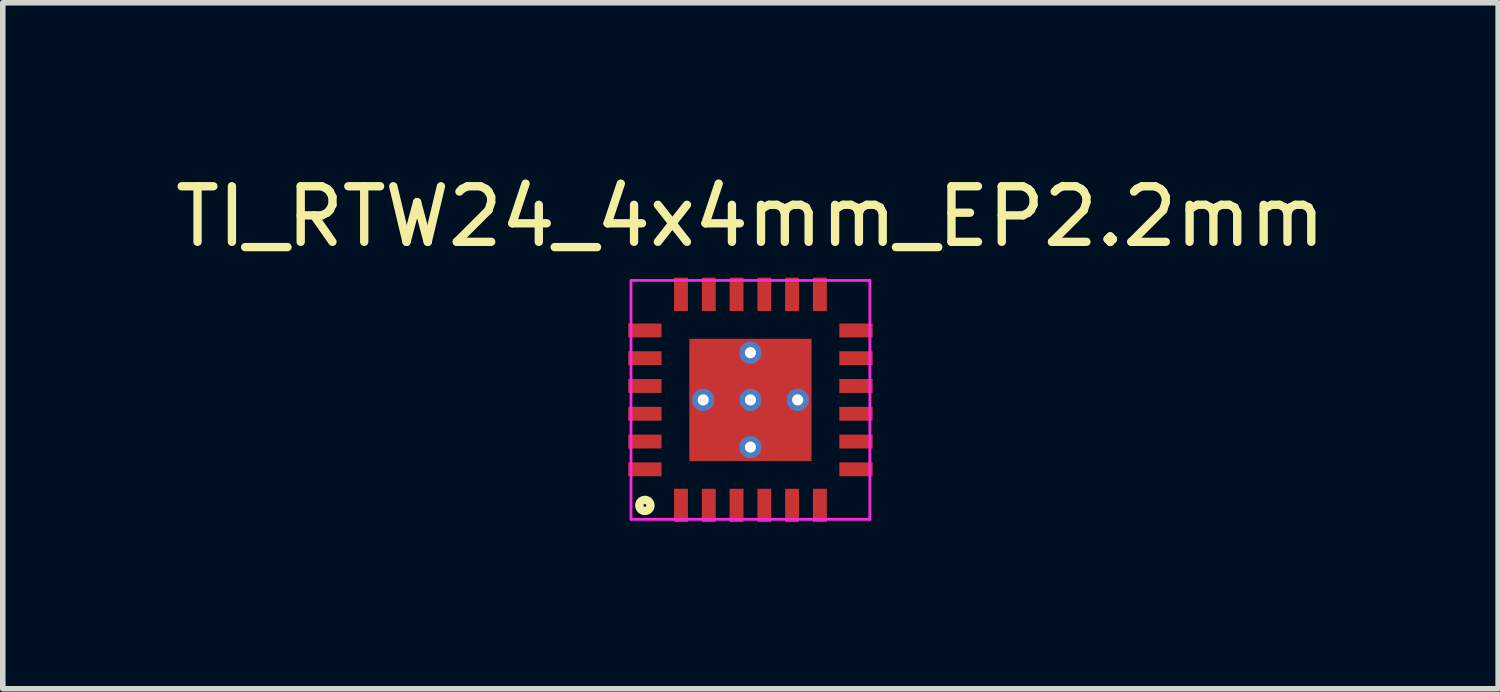
<source format=kicad_pcb>
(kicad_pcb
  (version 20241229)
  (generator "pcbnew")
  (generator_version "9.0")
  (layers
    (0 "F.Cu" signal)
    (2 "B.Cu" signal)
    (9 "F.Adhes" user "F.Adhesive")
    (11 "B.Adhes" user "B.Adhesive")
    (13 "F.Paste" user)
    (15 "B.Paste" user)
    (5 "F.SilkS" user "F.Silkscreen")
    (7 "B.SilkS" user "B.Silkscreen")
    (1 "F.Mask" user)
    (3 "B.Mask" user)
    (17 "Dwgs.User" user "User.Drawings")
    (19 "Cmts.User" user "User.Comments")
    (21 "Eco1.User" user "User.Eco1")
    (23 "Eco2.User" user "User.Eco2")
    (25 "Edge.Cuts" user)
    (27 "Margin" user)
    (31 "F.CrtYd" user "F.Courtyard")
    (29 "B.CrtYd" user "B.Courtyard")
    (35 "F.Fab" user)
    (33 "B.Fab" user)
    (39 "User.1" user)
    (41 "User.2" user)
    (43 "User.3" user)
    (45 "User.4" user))
  (footprint "TI_RTW24_4x4mm_EP2.2mm"
    (layer "F.Cu")
    (at 10.458 4.148)
    (property "Reference" "TI_RTW24_4x4mm_EP2.2mm" (at 0 -3.3 0) (layer "F.SilkS") (effects (font (size 1 1) (thickness 0.15))))
    (attr smd)
    (fp_circle (center -1.9 1.9) (end -1.8 1.9) (stroke (width 0.15) (type solid)) (fill no) (layer "F.SilkS"))
    (fp_line (start -2.15 -2.15) (end 2.15 -2.15) (stroke (width 0.05) (type solid)) (layer "F.CrtYd"))
    (fp_line (start -2.15 2.15) (end -2.15 -2.15) (stroke (width 0.05) (type solid)) (layer "F.CrtYd"))
    (fp_line (start 2.15 -2.15) (end 2.15 2.15) (stroke (width 0.05) (type solid)) (layer "F.CrtYd"))
    (fp_line (start 2.15 2.15) (end -2.15 2.15) (stroke (width 0.05) (type solid)) (layer "F.CrtYd"))
    (pad "" thru_hole circle (at -0.85 0) (size 0.4 0.4) (drill 0.2) (layers "*.Mask"))
    (pad "" thru_hole circle (at 0 -0.85) (size 0.4 0.4) (drill 0.2) (layers "*.Mask"))
    (pad "" thru_hole circle (at 0 0) (size 0.4 0.4) (drill 0.2) (layers "*.Mask"))
    (pad "" thru_hole circle (at 0 0.85) (size 0.4 0.4) (drill 0.2) (layers "*.Mask"))
    (pad "" thru_hole circle (at 0.85 0) (size 0.4 0.4) (drill 0.2) (layers "*.Mask"))
    (pad "1" smd rect (at -1.25 1.9) (size 0.25 0.6) (layers "F.Cu" "F.Mask" "F.Paste"))
    (pad "2" smd rect (at -0.75 1.9) (size 0.25 0.6) (layers "F.Cu" "F.Mask" "F.Paste"))
    (pad "3" smd rect (at -0.25 1.9) (size 0.25 0.6) (layers "F.Cu" "F.Mask" "F.Paste"))
    (pad "4" smd rect (at 0.25 1.9) (size 0.25 0.6) (layers "F.Cu" "F.Mask" "F.Paste"))
    (pad "5" smd rect (at 0.75 1.9) (size 0.25 0.6) (layers "F.Cu" "F.Mask" "F.Paste"))
    (pad "6" smd rect (at 1.25 1.9) (size 0.25 0.6) (layers "F.Cu" "F.Mask" "F.Paste"))
    (pad "7" smd rect (at 1.9 1.25 90) (size 0.25 0.6) (layers "F.Cu" "F.Mask" "F.Paste"))
    (pad "8" smd rect (at 1.9 0.75 90) (size 0.25 0.6) (layers "F.Cu" "F.Mask" "F.Paste"))
    (pad "9" smd rect (at 1.9 0.25 90) (size 0.25 0.6) (layers "F.Cu" "F.Mask" "F.Paste"))
    (pad "10" smd rect (at 1.9 -0.25 90) (size 0.25 0.6) (layers "F.Cu" "F.Mask" "F.Paste"))
    (pad "11" smd rect (at 1.9 -0.75 90) (size 0.25 0.6) (layers "F.Cu" "F.Mask" "F.Paste"))
    (pad "12" smd rect (at 1.9 -1.25 90) (size 0.25 0.6) (layers "F.Cu" "F.Mask" "F.Paste"))
    (pad "13" smd rect (at 1.25 -1.9 180) (size 0.25 0.6) (layers "F.Cu" "F.Mask" "F.Paste"))
    (pad "14" smd rect (at 0.75 -1.9 180) (size 0.25 0.6) (layers "F.Cu" "F.Mask" "F.Paste"))
    (pad "15" smd rect (at 0.25 -1.9 180) (size 0.25 0.6) (layers "F.Cu" "F.Mask" "F.Paste"))
    (pad "16" smd rect (at -0.25 -1.9 180) (size 0.25 0.6) (layers "F.Cu" "F.Mask" "F.Paste"))
    (pad "17" smd rect (at -0.75 -1.9 180) (size 0.25 0.6) (layers "F.Cu" "F.Mask" "F.Paste"))
    (pad "18" smd rect (at -1.25 -1.9 180) (size 0.25 0.6) (layers "F.Cu" "F.Mask" "F.Paste"))
    (pad "19" smd rect (at -1.9 -1.25 270) (size 0.25 0.6) (layers "F.Cu" "F.Mask" "F.Paste"))
    (pad "20" smd rect (at -1.9 -0.75 270) (size 0.25 0.6) (layers "F.Cu" "F.Mask" "F.Paste"))
    (pad "21" smd rect (at -1.9 -0.25 270) (size 0.25 0.6) (layers "F.Cu" "F.Mask" "F.Paste"))
    (pad "22" smd rect (at -1.9 0.25 270) (size 0.25 0.6) (layers "F.Cu" "F.Mask" "F.Paste"))
    (pad "23" smd rect (at -1.9 0.75 270) (size 0.25 0.6) (layers "F.Cu" "F.Mask" "F.Paste"))
    (pad "24" smd rect (at -1.9 1.25 270) (size 0.25 0.6) (layers "F.Cu" "F.Mask" "F.Paste"))
    (pad "25" smd rect (at 0 0) (size 2.2 2.2) (layers "F.Cu" "F.Mask")))
  (gr_rect
    (start -3 -3)
    (end 23.917 9.348)
    (stroke (width 0.1) (type default))
    (fill no)
    (layer "Edge.Cuts")))
</source>
